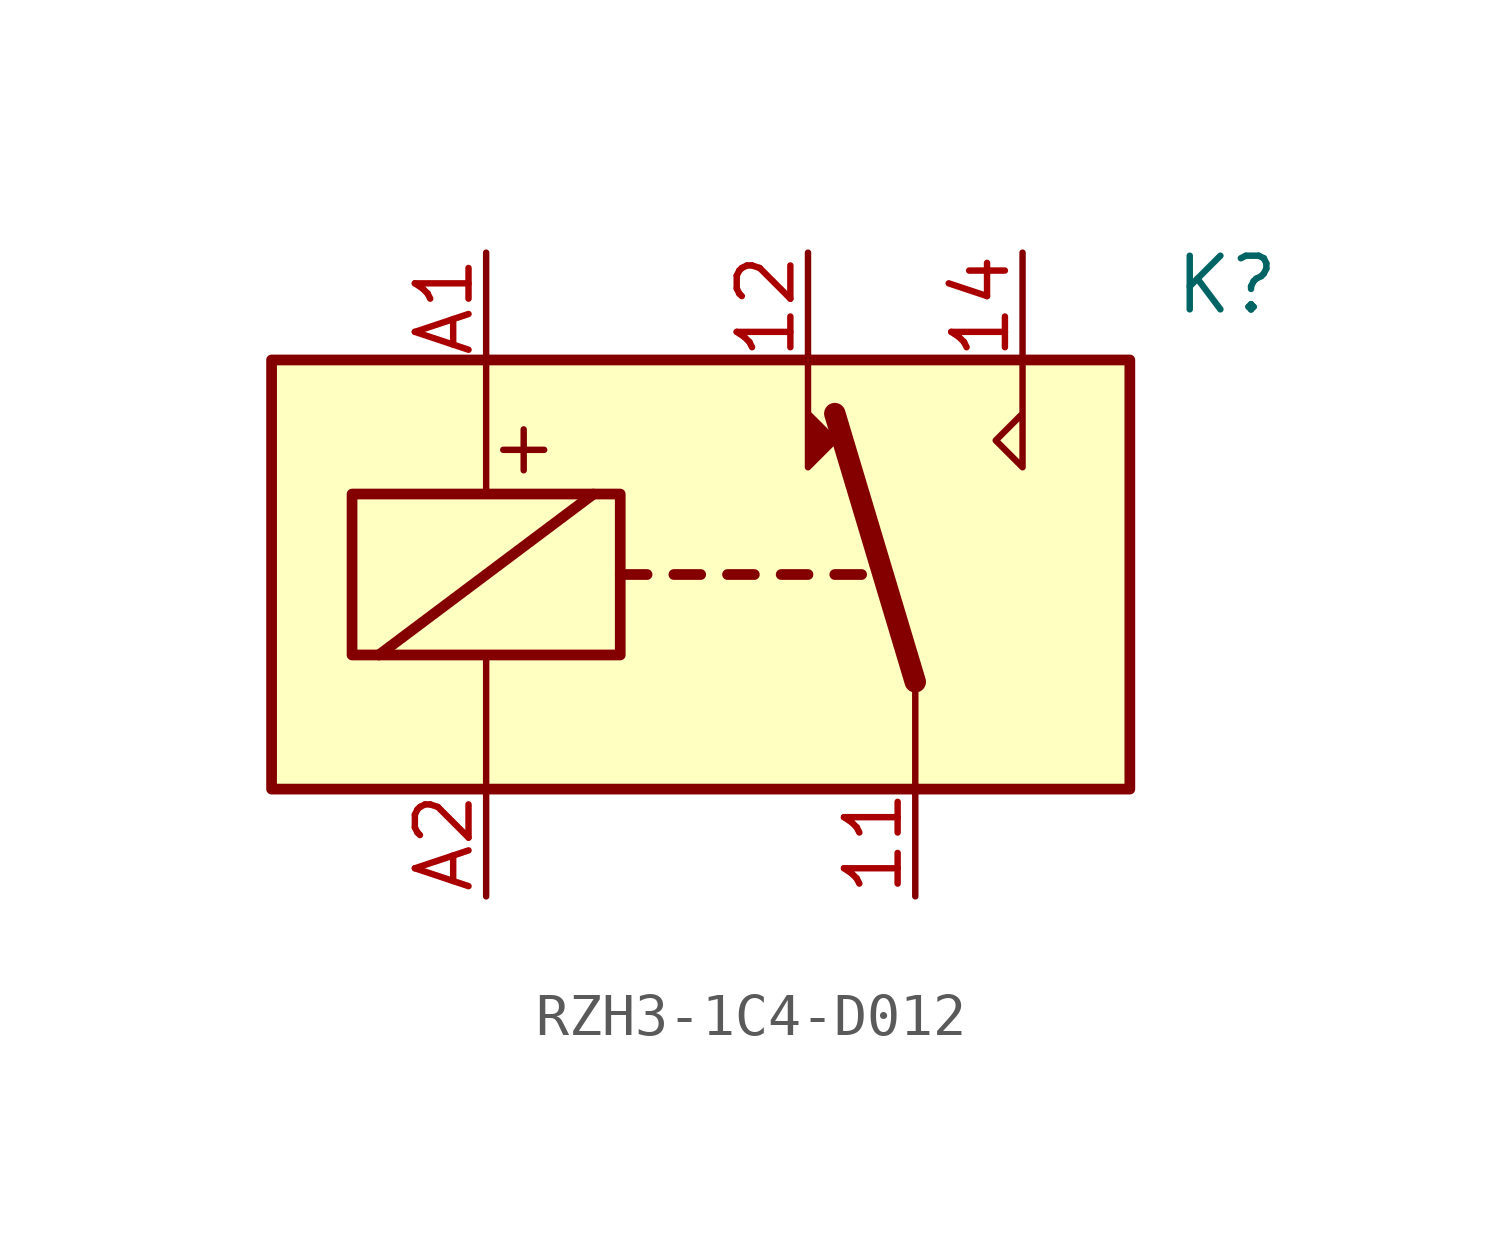
<source format=kicad_sym>
(kicad_symbol_lib
  (version 20231120)
  (generator "kicad_symbol_editor")
  (generator_version "8.0")
  (symbol "RZH3-1C4-D012"
    (property "Reference" "K"
      (at 11.176 6.858 0)
      (effects (font (size 1.27 1.27)) (justify left)))
    (symbol "RZH3-1C4-D012_0_0"
      (polyline (pts (xy 7.62 5.08) (xy 7.62 2.54) (xy 6.985 3.175) (xy 7.62 3.81)) (stroke (width 0) (type default)) (fill (type none)))
      (text "+" (at -4.191 3.048 0) (effects (font (size 1.27 1.27)))))
    (symbol "RZH3-1C4-D012_0_1"
      (rectangle (start -10.16 5.08) (end 10.16 -5.08) (stroke (width 0.254) (type default)) (fill (type background)))
      (rectangle (start -8.255 1.905) (end -1.905 -1.905) (stroke (width 0.254) (type default)) (fill (type none)))
      (polyline (pts (xy -7.62 -1.905) (xy -2.54 1.905)) (stroke (width 0.254) (type default)) (fill (type none)))
      (polyline (pts (xy -5.08 -5.08) (xy -5.08 -1.905)) (stroke (width 0) (type default)) (fill (type none)))
      (polyline (pts (xy -5.08 5.08) (xy -5.08 1.905)) (stroke (width 0) (type default)) (fill (type none)))
      (polyline (pts (xy -1.905 0) (xy -1.27 0)) (stroke (width 0.254) (type default)) (fill (type none)))
      (polyline (pts (xy -0.635 0) (xy 0 0)) (stroke (width 0.254) (type default)) (fill (type none)))
      (polyline (pts (xy 0.635 0) (xy 1.27 0)) (stroke (width 0.254) (type default)) (fill (type none)))
      (polyline (pts (xy 1.905 0) (xy 2.54 0)) (stroke (width 0.254) (type default)) (fill (type none)))
      (polyline (pts (xy 3.175 0) (xy 3.81 0)) (stroke (width 0.254) (type default)) (fill (type none)))
      (polyline (pts (xy 5.08 -2.54) (xy 3.175 3.81)) (stroke (width 0.508) (type default)) (fill (type none)))
      (polyline (pts (xy 5.08 -2.54) (xy 5.08 -5.08)) (stroke (width 0) (type default)) (fill (type none)))
      (polyline (pts (xy 2.54 5.08) (xy 2.54 2.54) (xy 3.175 3.175) (xy 2.54 3.81)) (stroke (width 0) (type default)) (fill (type outline))))
    (symbol "RZH3-1C4-D012_1_1"
      (pin passive line (at 5.08 -7.62 90) (length 2.54) (name "~" (effects (font (size 1.27 1.27)))) (number "11" (effects (font (size 1.27 1.27)))))
      (pin passive line (at 2.54 7.62 270) (length 2.54) (name "~" (effects (font (size 1.27 1.27)))) (number "12" (effects (font (size 1.27 1.27)))))
      (pin passive line (at 7.62 7.62 270) (length 2.54) (name "~" (effects (font (size 1.27 1.27)))) (number "14" (effects (font (size 1.27 1.27)))))
      (pin passive line (at -5.08 7.62 270) (length 2.54) (name "~" (effects (font (size 1.27 1.27)))) (number "A1" (effects (font (size 1.27 1.27)))))
      (pin passive line (at -5.08 -7.62 90) (length 2.54) (name "~" (effects (font (size 1.27 1.27)))) (number "A2" (effects (font (size 1.27 1.27))))))))
</source>
